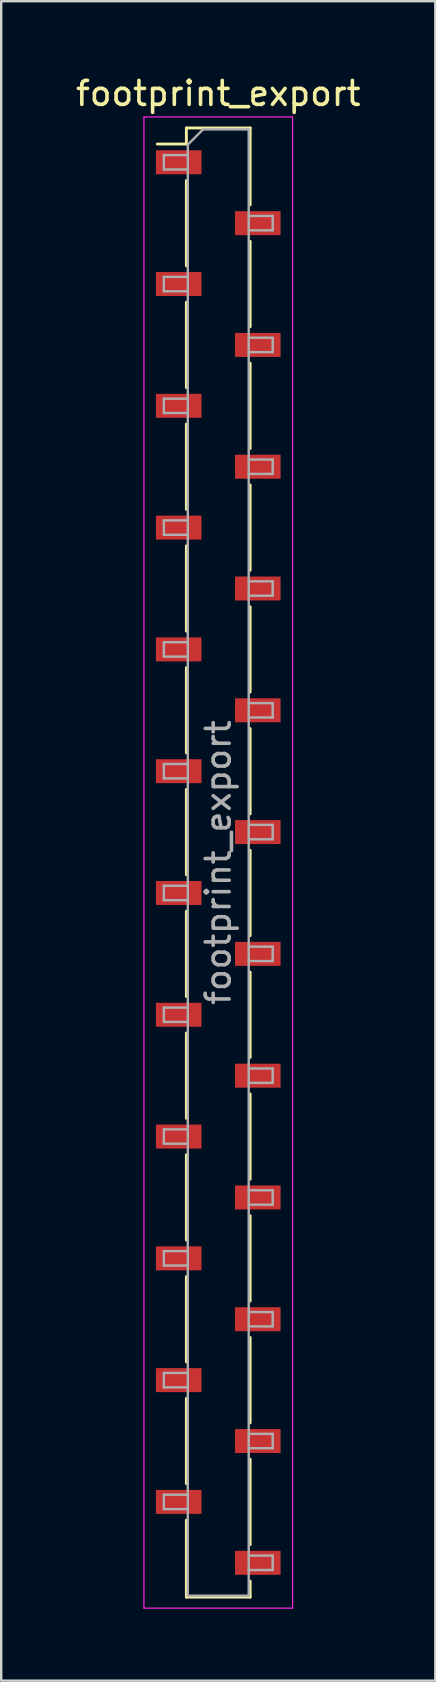
<source format=kicad_pcb>
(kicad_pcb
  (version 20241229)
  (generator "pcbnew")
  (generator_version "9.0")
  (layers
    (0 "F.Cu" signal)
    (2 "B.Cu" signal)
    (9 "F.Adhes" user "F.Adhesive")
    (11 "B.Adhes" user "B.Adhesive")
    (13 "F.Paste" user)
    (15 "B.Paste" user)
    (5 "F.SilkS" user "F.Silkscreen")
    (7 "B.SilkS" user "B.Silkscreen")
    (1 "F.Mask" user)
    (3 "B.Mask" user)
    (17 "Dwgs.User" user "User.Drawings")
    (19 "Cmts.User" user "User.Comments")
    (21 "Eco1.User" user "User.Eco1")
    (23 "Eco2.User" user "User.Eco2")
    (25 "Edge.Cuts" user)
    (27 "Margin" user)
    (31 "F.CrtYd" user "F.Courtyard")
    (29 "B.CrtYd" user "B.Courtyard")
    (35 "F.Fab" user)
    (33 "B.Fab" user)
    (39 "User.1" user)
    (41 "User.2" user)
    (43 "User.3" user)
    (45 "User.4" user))
  (footprint "footprint_export"
    (layer "F.Cu")
    (at 6.054 32.928)
    (property "Reference" "footprint_export" (at 0 -32.08 0) (layer "F.SilkS") (effects (font (size 1 1) (thickness 0.15))))
    (attr smd)
    (fp_line (start -2.54 -29.97) (end -1.33 -29.97) (stroke (width 0.12) (type solid)) (layer "F.SilkS"))
    (fp_line (start -1.33 -30.64) (end -1.33 -29.97) (stroke (width 0.12) (type solid)) (layer "F.SilkS"))
    (fp_line (start -1.33 -30.64) (end 1.33 -30.64) (stroke (width 0.12) (type solid)) (layer "F.SilkS"))
    (fp_line (start -1.33 -28.45) (end -1.33 -24.89) (stroke (width 0.12) (type solid)) (layer "F.SilkS"))
    (fp_line (start -1.33 -23.37) (end -1.33 -19.81) (stroke (width 0.12) (type solid)) (layer "F.SilkS"))
    (fp_line (start -1.33 -18.29) (end -1.33 -14.73) (stroke (width 0.12) (type solid)) (layer "F.SilkS"))
    (fp_line (start -1.33 -13.21) (end -1.33 -9.65) (stroke (width 0.12) (type solid)) (layer "F.SilkS"))
    (fp_line (start -1.33 -8.13) (end -1.33 -4.57) (stroke (width 0.12) (type solid)) (layer "F.SilkS"))
    (fp_line (start -1.33 -3.05) (end -1.33 0.51) (stroke (width 0.12) (type solid)) (layer "F.SilkS"))
    (fp_line (start -1.33 2.03) (end -1.33 5.59) (stroke (width 0.12) (type solid)) (layer "F.SilkS"))
    (fp_line (start -1.33 7.11) (end -1.33 10.67) (stroke (width 0.12) (type solid)) (layer "F.SilkS"))
    (fp_line (start -1.33 12.19) (end -1.33 15.75) (stroke (width 0.12) (type solid)) (layer "F.SilkS"))
    (fp_line (start -1.33 17.27) (end -1.33 20.83) (stroke (width 0.12) (type solid)) (layer "F.SilkS"))
    (fp_line (start -1.33 22.35) (end -1.33 25.91) (stroke (width 0.12) (type solid)) (layer "F.SilkS"))
    (fp_line (start -1.33 27.43) (end -1.33 30.64) (stroke (width 0.12) (type solid)) (layer "F.SilkS"))
    (fp_line (start -1.33 30.64) (end 1.33 30.64) (stroke (width 0.12) (type solid)) (layer "F.SilkS"))
    (fp_line (start 1.33 -30.64) (end 1.33 -27.43) (stroke (width 0.12) (type solid)) (layer "F.SilkS"))
    (fp_line (start 1.33 -25.91) (end 1.33 -22.35) (stroke (width 0.12) (type solid)) (layer "F.SilkS"))
    (fp_line (start 1.33 -20.83) (end 1.33 -17.27) (stroke (width 0.12) (type solid)) (layer "F.SilkS"))
    (fp_line (start 1.33 -15.75) (end 1.33 -12.19) (stroke (width 0.12) (type solid)) (layer "F.SilkS"))
    (fp_line (start 1.33 -10.67) (end 1.33 -7.11) (stroke (width 0.12) (type solid)) (layer "F.SilkS"))
    (fp_line (start 1.33 -5.59) (end 1.33 -2.03) (stroke (width 0.12) (type solid)) (layer "F.SilkS"))
    (fp_line (start 1.33 -0.51) (end 1.33 3.05) (stroke (width 0.12) (type solid)) (layer "F.SilkS"))
    (fp_line (start 1.33 4.57) (end 1.33 8.13) (stroke (width 0.12) (type solid)) (layer "F.SilkS"))
    (fp_line (start 1.33 9.65) (end 1.33 13.21) (stroke (width 0.12) (type solid)) (layer "F.SilkS"))
    (fp_line (start 1.33 14.73) (end 1.33 18.29) (stroke (width 0.12) (type solid)) (layer "F.SilkS"))
    (fp_line (start 1.33 19.81) (end 1.33 23.37) (stroke (width 0.12) (type solid)) (layer "F.SilkS"))
    (fp_line (start 1.33 24.89) (end 1.33 28.45) (stroke (width 0.12) (type solid)) (layer "F.SilkS"))
    (fp_line (start 1.33 29.97) (end 1.33 30.64) (stroke (width 0.12) (type solid)) (layer "F.SilkS"))
    (fp_line (start -3.1 -31.1) (end 3.1 -31.1) (stroke (width 0.05) (type solid)) (layer "F.CrtYd"))
    (fp_line (start -3.1 31.1) (end -3.1 -31.1) (stroke (width 0.05) (type solid)) (layer "F.CrtYd"))
    (fp_line (start 3.1 -31.1) (end 3.1 31.1) (stroke (width 0.05) (type solid)) (layer "F.CrtYd"))
    (fp_line (start 3.1 31.1) (end -3.1 31.1) (stroke (width 0.05) (type solid)) (layer "F.CrtYd"))
    (fp_line (start -2.27 -29.51) (end -1.27 -29.51) (stroke (width 0.1) (type solid)) (layer "F.Fab"))
    (fp_line (start -2.27 -28.91) (end -2.27 -29.51) (stroke (width 0.1) (type solid)) (layer "F.Fab"))
    (fp_line (start -2.27 -24.43) (end -1.27 -24.43) (stroke (width 0.1) (type solid)) (layer "F.Fab"))
    (fp_line (start -2.27 -23.83) (end -2.27 -24.43) (stroke (width 0.1) (type solid)) (layer "F.Fab"))
    (fp_line (start -2.27 -19.35) (end -1.27 -19.35) (stroke (width 0.1) (type solid)) (layer "F.Fab"))
    (fp_line (start -2.27 -18.75) (end -2.27 -19.35) (stroke (width 0.1) (type solid)) (layer "F.Fab"))
    (fp_line (start -2.27 -14.27) (end -1.27 -14.27) (stroke (width 0.1) (type solid)) (layer "F.Fab"))
    (fp_line (start -2.27 -13.67) (end -2.27 -14.27) (stroke (width 0.1) (type solid)) (layer "F.Fab"))
    (fp_line (start -2.27 -9.19) (end -1.27 -9.19) (stroke (width 0.1) (type solid)) (layer "F.Fab"))
    (fp_line (start -2.27 -8.59) (end -2.27 -9.19) (stroke (width 0.1) (type solid)) (layer "F.Fab"))
    (fp_line (start -2.27 -4.11) (end -1.27 -4.11) (stroke (width 0.1) (type solid)) (layer "F.Fab"))
    (fp_line (start -2.27 -3.51) (end -2.27 -4.11) (stroke (width 0.1) (type solid)) (layer "F.Fab"))
    (fp_line (start -2.27 0.97) (end -1.27 0.97) (stroke (width 0.1) (type solid)) (layer "F.Fab"))
    (fp_line (start -2.27 1.57) (end -2.27 0.97) (stroke (width 0.1) (type solid)) (layer "F.Fab"))
    (fp_line (start -2.27 6.05) (end -1.27 6.05) (stroke (width 0.1) (type solid)) (layer "F.Fab"))
    (fp_line (start -2.27 6.65) (end -2.27 6.05) (stroke (width 0.1) (type solid)) (layer "F.Fab"))
    (fp_line (start -2.27 11.13) (end -1.27 11.13) (stroke (width 0.1) (type solid)) (layer "F.Fab"))
    (fp_line (start -2.27 11.73) (end -2.27 11.13) (stroke (width 0.1) (type solid)) (layer "F.Fab"))
    (fp_line (start -2.27 16.21) (end -1.27 16.21) (stroke (width 0.1) (type solid)) (layer "F.Fab"))
    (fp_line (start -2.27 16.81) (end -2.27 16.21) (stroke (width 0.1) (type solid)) (layer "F.Fab"))
    (fp_line (start -2.27 21.29) (end -1.27 21.29) (stroke (width 0.1) (type solid)) (layer "F.Fab"))
    (fp_line (start -2.27 21.89) (end -2.27 21.29) (stroke (width 0.1) (type solid)) (layer "F.Fab"))
    (fp_line (start -2.27 26.37) (end -1.27 26.37) (stroke (width 0.1) (type solid)) (layer "F.Fab"))
    (fp_line (start -2.27 26.97) (end -2.27 26.37) (stroke (width 0.1) (type solid)) (layer "F.Fab"))
    (fp_line (start -1.27 -29.945) (end -0.635 -30.58) (stroke (width 0.1) (type solid)) (layer "F.Fab"))
    (fp_line (start -1.27 -28.91) (end -2.27 -28.91) (stroke (width 0.1) (type solid)) (layer "F.Fab"))
    (fp_line (start -1.27 -23.83) (end -2.27 -23.83) (stroke (width 0.1) (type solid)) (layer "F.Fab"))
    (fp_line (start -1.27 -18.75) (end -2.27 -18.75) (stroke (width 0.1) (type solid)) (layer "F.Fab"))
    (fp_line (start -1.27 -13.67) (end -2.27 -13.67) (stroke (width 0.1) (type solid)) (layer "F.Fab"))
    (fp_line (start -1.27 -8.59) (end -2.27 -8.59) (stroke (width 0.1) (type solid)) (layer "F.Fab"))
    (fp_line (start -1.27 -3.51) (end -2.27 -3.51) (stroke (width 0.1) (type solid)) (layer "F.Fab"))
    (fp_line (start -1.27 1.57) (end -2.27 1.57) (stroke (width 0.1) (type solid)) (layer "F.Fab"))
    (fp_line (start -1.27 6.65) (end -2.27 6.65) (stroke (width 0.1) (type solid)) (layer "F.Fab"))
    (fp_line (start -1.27 11.73) (end -2.27 11.73) (stroke (width 0.1) (type solid)) (layer "F.Fab"))
    (fp_line (start -1.27 16.81) (end -2.27 16.81) (stroke (width 0.1) (type solid)) (layer "F.Fab"))
    (fp_line (start -1.27 21.89) (end -2.27 21.89) (stroke (width 0.1) (type solid)) (layer "F.Fab"))
    (fp_line (start -1.27 26.97) (end -2.27 26.97) (stroke (width 0.1) (type solid)) (layer "F.Fab"))
    (fp_line (start -1.27 30.58) (end -1.27 -29.945) (stroke (width 0.1) (type solid)) (layer "F.Fab"))
    (fp_line (start -0.635 -30.58) (end 1.27 -30.58) (stroke (width 0.1) (type solid)) (layer "F.Fab"))
    (fp_line (start 1.27 -30.58) (end 1.27 30.58) (stroke (width 0.1) (type solid)) (layer "F.Fab"))
    (fp_line (start 1.27 -26.97) (end 2.27 -26.97) (stroke (width 0.1) (type solid)) (layer "F.Fab"))
    (fp_line (start 1.27 -21.89) (end 2.27 -21.89) (stroke (width 0.1) (type solid)) (layer "F.Fab"))
    (fp_line (start 1.27 -16.81) (end 2.27 -16.81) (stroke (width 0.1) (type solid)) (layer "F.Fab"))
    (fp_line (start 1.27 -11.73) (end 2.27 -11.73) (stroke (width 0.1) (type solid)) (layer "F.Fab"))
    (fp_line (start 1.27 -6.65) (end 2.27 -6.65) (stroke (width 0.1) (type solid)) (layer "F.Fab"))
    (fp_line (start 1.27 -1.57) (end 2.27 -1.57) (stroke (width 0.1) (type solid)) (layer "F.Fab"))
    (fp_line (start 1.27 3.51) (end 2.27 3.51) (stroke (width 0.1) (type solid)) (layer "F.Fab"))
    (fp_line (start 1.27 8.59) (end 2.27 8.59) (stroke (width 0.1) (type solid)) (layer "F.Fab"))
    (fp_line (start 1.27 13.67) (end 2.27 13.67) (stroke (width 0.1) (type solid)) (layer "F.Fab"))
    (fp_line (start 1.27 18.75) (end 2.27 18.75) (stroke (width 0.1) (type solid)) (layer "F.Fab"))
    (fp_line (start 1.27 23.83) (end 2.27 23.83) (stroke (width 0.1) (type solid)) (layer "F.Fab"))
    (fp_line (start 1.27 28.91) (end 2.27 28.91) (stroke (width 0.1) (type solid)) (layer "F.Fab"))
    (fp_line (start 1.27 30.58) (end -1.27 30.58) (stroke (width 0.1) (type solid)) (layer "F.Fab"))
    (fp_line (start 2.27 -26.97) (end 2.27 -26.37) (stroke (width 0.1) (type solid)) (layer "F.Fab"))
    (fp_line (start 2.27 -26.37) (end 1.27 -26.37) (stroke (width 0.1) (type solid)) (layer "F.Fab"))
    (fp_line (start 2.27 -21.89) (end 2.27 -21.29) (stroke (width 0.1) (type solid)) (layer "F.Fab"))
    (fp_line (start 2.27 -21.29) (end 1.27 -21.29) (stroke (width 0.1) (type solid)) (layer "F.Fab"))
    (fp_line (start 2.27 -16.81) (end 2.27 -16.21) (stroke (width 0.1) (type solid)) (layer "F.Fab"))
    (fp_line (start 2.27 -16.21) (end 1.27 -16.21) (stroke (width 0.1) (type solid)) (layer "F.Fab"))
    (fp_line (start 2.27 -11.73) (end 2.27 -11.13) (stroke (width 0.1) (type solid)) (layer "F.Fab"))
    (fp_line (start 2.27 -11.13) (end 1.27 -11.13) (stroke (width 0.1) (type solid)) (layer "F.Fab"))
    (fp_line (start 2.27 -6.65) (end 2.27 -6.05) (stroke (width 0.1) (type solid)) (layer "F.Fab"))
    (fp_line (start 2.27 -6.05) (end 1.27 -6.05) (stroke (width 0.1) (type solid)) (layer "F.Fab"))
    (fp_line (start 2.27 -1.57) (end 2.27 -0.97) (stroke (width 0.1) (type solid)) (layer "F.Fab"))
    (fp_line (start 2.27 -0.97) (end 1.27 -0.97) (stroke (width 0.1) (type solid)) (layer "F.Fab"))
    (fp_line (start 2.27 3.51) (end 2.27 4.11) (stroke (width 0.1) (type solid)) (layer "F.Fab"))
    (fp_line (start 2.27 4.11) (end 1.27 4.11) (stroke (width 0.1) (type solid)) (layer "F.Fab"))
    (fp_line (start 2.27 8.59) (end 2.27 9.19) (stroke (width 0.1) (type solid)) (layer "F.Fab"))
    (fp_line (start 2.27 9.19) (end 1.27 9.19) (stroke (width 0.1) (type solid)) (layer "F.Fab"))
    (fp_line (start 2.27 13.67) (end 2.27 14.27) (stroke (width 0.1) (type solid)) (layer "F.Fab"))
    (fp_line (start 2.27 14.27) (end 1.27 14.27) (stroke (width 0.1) (type solid)) (layer "F.Fab"))
    (fp_line (start 2.27 18.75) (end 2.27 19.35) (stroke (width 0.1) (type solid)) (layer "F.Fab"))
    (fp_line (start 2.27 19.35) (end 1.27 19.35) (stroke (width 0.1) (type solid)) (layer "F.Fab"))
    (fp_line (start 2.27 23.83) (end 2.27 24.43) (stroke (width 0.1) (type solid)) (layer "F.Fab"))
    (fp_line (start 2.27 24.43) (end 1.27 24.43) (stroke (width 0.1) (type solid)) (layer "F.Fab"))
    (fp_line (start 2.27 28.91) (end 2.27 29.51) (stroke (width 0.1) (type solid)) (layer "F.Fab"))
    (fp_line (start 2.27 29.51) (end 1.27 29.51) (stroke (width 0.1) (type solid)) (layer "F.Fab"))
    (fp_text user "${REFERENCE}" (at 0 0 90) (layer "F.Fab") (effects (font (size 1 1) (thickness 0.15))))
    (pad "1" smd rect (at -1.65 -29.21) (size 1.9 1) (layers "F.Cu" "F.Mask" "F.Paste"))
    (pad "2" smd rect (at 1.65 -26.67) (size 1.9 1) (layers "F.Cu" "F.Mask" "F.Paste"))
    (pad "3" smd rect (at -1.65 -24.13) (size 1.9 1) (layers "F.Cu" "F.Mask" "F.Paste"))
    (pad "4" smd rect (at 1.65 -21.59) (size 1.9 1) (layers "F.Cu" "F.Mask" "F.Paste"))
    (pad "5" smd rect (at -1.65 -19.05) (size 1.9 1) (layers "F.Cu" "F.Mask" "F.Paste"))
    (pad "6" smd rect (at 1.65 -16.51) (size 1.9 1) (layers "F.Cu" "F.Mask" "F.Paste"))
    (pad "7" smd rect (at -1.65 -13.97) (size 1.9 1) (layers "F.Cu" "F.Mask" "F.Paste"))
    (pad "8" smd rect (at 1.65 -11.43) (size 1.9 1) (layers "F.Cu" "F.Mask" "F.Paste"))
    (pad "9" smd rect (at -1.65 -8.89) (size 1.9 1) (layers "F.Cu" "F.Mask" "F.Paste"))
    (pad "10" smd rect (at 1.65 -6.35) (size 1.9 1) (layers "F.Cu" "F.Mask" "F.Paste"))
    (pad "11" smd rect (at -1.65 -3.81) (size 1.9 1) (layers "F.Cu" "F.Mask" "F.Paste"))
    (pad "12" smd rect (at 1.65 -1.27) (size 1.9 1) (layers "F.Cu" "F.Mask" "F.Paste"))
    (pad "13" smd rect (at -1.65 1.27) (size 1.9 1) (layers "F.Cu" "F.Mask" "F.Paste"))
    (pad "14" smd rect (at 1.65 3.81) (size 1.9 1) (layers "F.Cu" "F.Mask" "F.Paste"))
    (pad "15" smd rect (at -1.65 6.35) (size 1.9 1) (layers "F.Cu" "F.Mask" "F.Paste"))
    (pad "16" smd rect (at 1.65 8.89) (size 1.9 1) (layers "F.Cu" "F.Mask" "F.Paste"))
    (pad "17" smd rect (at -1.65 11.43) (size 1.9 1) (layers "F.Cu" "F.Mask" "F.Paste"))
    (pad "18" smd rect (at 1.65 13.97) (size 1.9 1) (layers "F.Cu" "F.Mask" "F.Paste"))
    (pad "19" smd rect (at -1.65 16.51) (size 1.9 1) (layers "F.Cu" "F.Mask" "F.Paste"))
    (pad "20" smd rect (at 1.65 19.05) (size 1.9 1) (layers "F.Cu" "F.Mask" "F.Paste"))
    (pad "21" smd rect (at -1.65 21.59) (size 1.9 1) (layers "F.Cu" "F.Mask" "F.Paste"))
    (pad "22" smd rect (at 1.65 24.13) (size 1.9 1) (layers "F.Cu" "F.Mask" "F.Paste"))
    (pad "23" smd rect (at -1.65 26.67) (size 1.9 1) (layers "F.Cu" "F.Mask" "F.Paste"))
    (pad "24" smd rect (at 1.65 29.21) (size 1.9 1) (layers "F.Cu" "F.Mask" "F.Paste")))
  (gr_rect
    (start -3 -3)
    (end 15.107 67.053)
    (stroke (width 0.1) (type default))
    (fill no)
    (layer "Edge.Cuts")))
</source>
